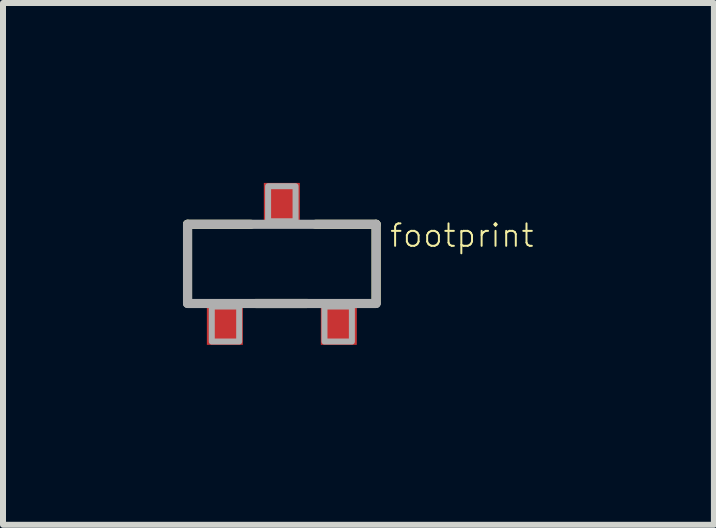
<source format=kicad_pcb>
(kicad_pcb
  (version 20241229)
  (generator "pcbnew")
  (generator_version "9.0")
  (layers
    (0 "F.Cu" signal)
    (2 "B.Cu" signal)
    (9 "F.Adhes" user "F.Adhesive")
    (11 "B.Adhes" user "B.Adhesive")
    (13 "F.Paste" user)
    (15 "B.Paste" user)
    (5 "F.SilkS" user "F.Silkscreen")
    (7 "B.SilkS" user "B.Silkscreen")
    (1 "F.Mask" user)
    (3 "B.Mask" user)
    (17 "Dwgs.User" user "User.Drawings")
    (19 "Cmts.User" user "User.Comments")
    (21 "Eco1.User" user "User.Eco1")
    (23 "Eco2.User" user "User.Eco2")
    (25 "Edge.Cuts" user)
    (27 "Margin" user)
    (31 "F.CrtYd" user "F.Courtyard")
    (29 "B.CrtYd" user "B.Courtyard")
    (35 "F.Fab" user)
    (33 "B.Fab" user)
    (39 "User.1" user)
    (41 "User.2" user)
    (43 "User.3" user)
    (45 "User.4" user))
  (footprint "footprint"
    (layer "F.Cu")
    (at 1.649 1.35)
    (property "Reference" "footprint" (at 1.778 -0.254 0) (layer "F.SilkS") (effects (font (size 0.374 0.374) (thickness 0.033)) (justify left bottom)))
    (fp_line (start -1.572 -0.66) (end -0.514 -0.66) (stroke (width 0.152) (type solid)) (layer "F.SilkS"))
    (fp_line (start -1.572 0.652) (end -1.572 -0.66) (stroke (width 0.152) (type solid)) (layer "F.SilkS"))
    (fp_line (start 0.422 0.66) (end -0.436 0.66) (stroke (width 0.152) (type solid)) (layer "F.SilkS"))
    (fp_line (start 0.564 -0.66) (end 1.572 -0.66) (stroke (width 0.152) (type solid)) (layer "F.SilkS"))
    (fp_line (start 1.572 -0.66) (end 1.572 0.652) (stroke (width 0.152) (type solid)) (layer "F.SilkS"))
    (fp_line (start -1.572 -0.66) (end 1.572 -0.66) (stroke (width 0.152) (type solid)) (layer "F.Fab"))
    (fp_line (start -1.572 0.66) (end -1.572 -0.66) (stroke (width 0.152) (type solid)) (layer "F.Fab"))
    (fp_line (start 1.572 -0.66) (end 1.572 0.66) (stroke (width 0.152) (type solid)) (layer "F.Fab"))
    (fp_line (start 1.572 0.66) (end -1.572 0.66) (stroke (width 0.152) (type solid)) (layer "F.Fab"))
    (fp_poly (pts (xy -1.168 1.295) (xy -0.711 1.295) (xy -0.711 0.711) (xy -1.168 0.711)) (stroke (width 0.1) (type solid)) (fill no) (layer "F.Fab"))
    (fp_poly (pts (xy -0.229 -0.711) (xy 0.229 -0.711) (xy 0.229 -1.295) (xy -0.229 -1.295)) (stroke (width 0.1) (type solid)) (fill no) (layer "F.Fab"))
    (fp_poly (pts (xy 0.711 1.295) (xy 1.168 1.295) (xy 1.168 0.711) (xy 0.711 0.711)) (stroke (width 0.1) (type solid)) (fill no) (layer "F.Fab"))
    (pad "1" smd rect (at -0.95 1) (size 0.6 0.7) (layers "F.Cu" "F.Mask" "F.Paste"))
    (pad "2" smd rect (at 0.95 1) (size 0.6 0.7) (layers "F.Cu" "F.Mask" "F.Paste"))
    (pad "3" smd rect (at 0 -1) (size 0.6 0.7) (layers "F.Cu" "F.Mask" "F.Paste")))
  (gr_rect
    (start -3 -3)
    (end 8.853 5.7)
    (stroke (width 0.1) (type default))
    (fill no)
    (layer "Edge.Cuts")))
</source>
